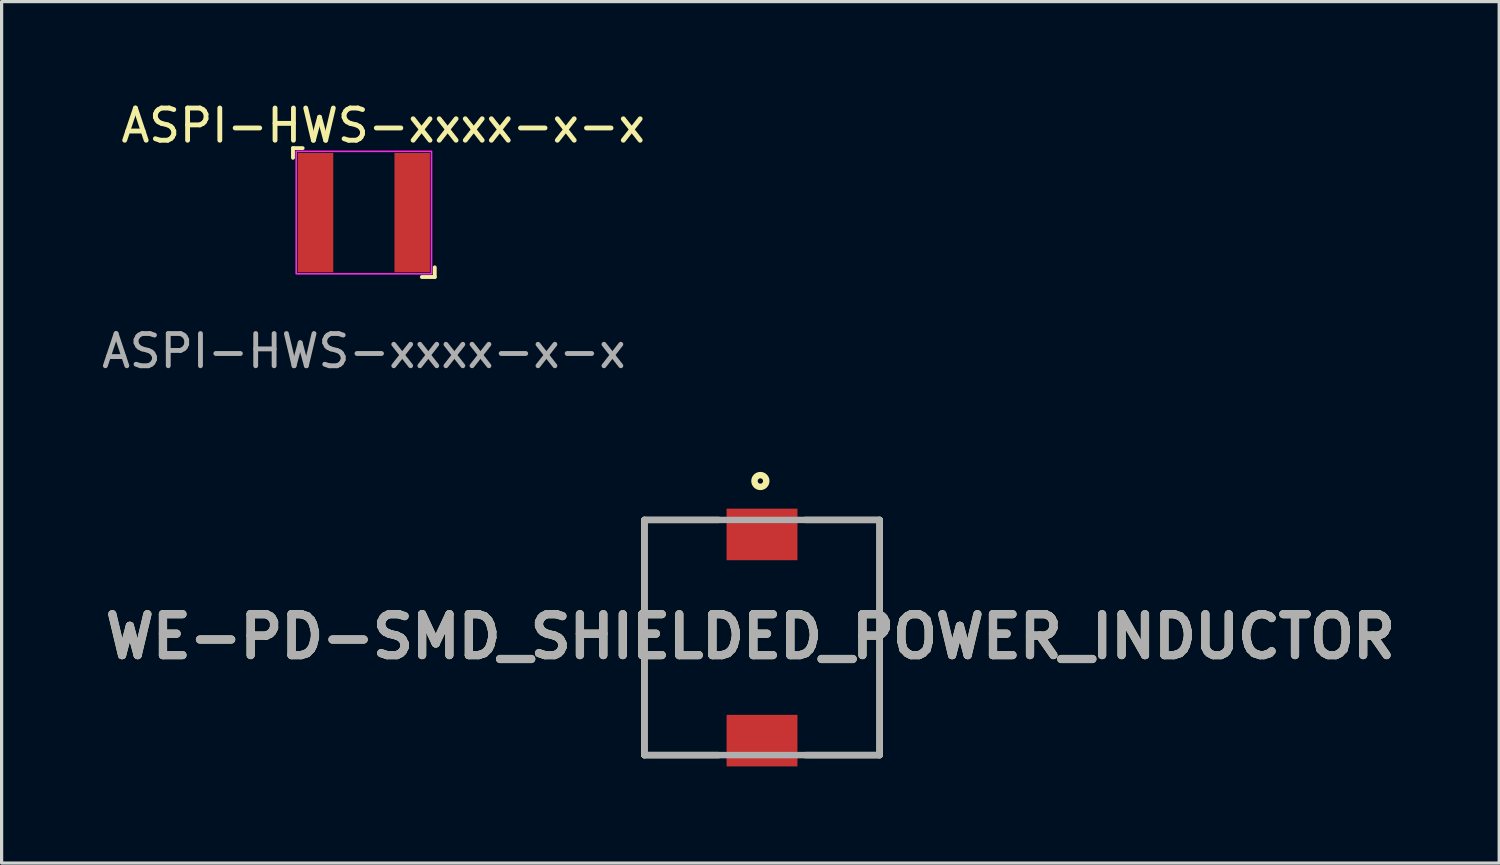
<source format=kicad_pcb>
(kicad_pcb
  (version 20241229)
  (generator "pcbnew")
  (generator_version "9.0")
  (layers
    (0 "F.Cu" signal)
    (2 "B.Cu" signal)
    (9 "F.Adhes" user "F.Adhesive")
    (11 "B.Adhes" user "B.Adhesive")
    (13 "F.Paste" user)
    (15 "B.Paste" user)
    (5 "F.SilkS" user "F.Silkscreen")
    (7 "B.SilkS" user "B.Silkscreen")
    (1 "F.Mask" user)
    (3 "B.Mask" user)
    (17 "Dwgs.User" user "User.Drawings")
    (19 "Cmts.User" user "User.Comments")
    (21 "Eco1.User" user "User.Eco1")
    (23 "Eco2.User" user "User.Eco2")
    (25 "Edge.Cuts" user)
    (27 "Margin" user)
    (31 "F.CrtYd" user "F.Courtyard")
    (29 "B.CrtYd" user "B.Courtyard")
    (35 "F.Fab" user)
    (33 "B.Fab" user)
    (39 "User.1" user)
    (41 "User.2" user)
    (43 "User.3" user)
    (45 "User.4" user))
  (footprint "WE-PD-SMD_SHIELDED_POWER_INDUCTOR"
    (layer "F.Cu")
    (at 20.602 16.738)
    (property "Reference" "WE-PD-SMD_SHIELDED_POWER_INDUCTOR" (at -0.36 -0.029 0) (layer "F.SilkS") (effects (font (size 1.27 1.27) (thickness 0.254))))
    (attr smd)
    (fp_line (start -3.65 -3.65) (end -3.65 3.65) (stroke (width 0.2) (type solid)) (layer "F.SilkS"))
    (fp_line (start -3.65 -3.65) (end -1.35 -3.65) (stroke (width 0.2) (type solid)) (layer "F.SilkS"))
    (fp_line (start -3.65 3.65) (end -1.35 3.65) (stroke (width 0.2) (type solid)) (layer "F.SilkS"))
    (fp_line (start 3.65 -3.65) (end 1.35 -3.65) (stroke (width 0.2) (type solid)) (layer "F.SilkS"))
    (fp_line (start 3.65 3.65) (end 1.35 3.65) (stroke (width 0.2) (type solid)) (layer "F.SilkS"))
    (fp_line (start 3.65 3.65) (end 3.65 -3.65) (stroke (width 0.2) (type solid)) (layer "F.SilkS"))
    (fp_circle (center -0.051 -4.858) (end -0.051 -4.775) (stroke (width 0.2) (type solid)) (fill no) (layer "F.SilkS"))
    (fp_line (start -3.65 -3.65) (end 3.65 -3.65) (stroke (width 0.2) (type solid)) (layer "F.Fab"))
    (fp_line (start -3.65 3.65) (end -3.65 -3.65) (stroke (width 0.2) (type solid)) (layer "F.Fab"))
    (fp_line (start 3.65 -3.65) (end 3.65 3.65) (stroke (width 0.2) (type solid)) (layer "F.Fab"))
    (fp_line (start 3.65 3.65) (end -3.65 3.65) (stroke (width 0.2) (type solid)) (layer "F.Fab"))
    (fp_text user "${REFERENCE}" (at -0.36 -0.029 0) (layer "F.Fab") (effects (font (size 1.27 1.27) (thickness 0.254))))
    (pad "1" smd rect (at 0 -3.2 90) (size 1.6 2.2) (layers "F.Cu" "F.Mask" "F.Paste"))
    (pad "2" smd rect (at 0 3.2 90) (size 1.6 2.2) (layers "F.Cu" "F.Mask" "F.Paste")))
  (footprint "ASPI-HWS-xxxx-x-x"
    (layer "F.Cu")
    (at 8.244 3.548)
    (property "Reference" "ASPI-HWS-xxxx-x-x" (at 0.6 -2.7 0) (unlocked yes) (layer "F.SilkS") (effects (font (size 1 1) (thickness 0.15))))
    (attr smd)
    (fp_line (start -2.2 -2) (end -1.9 -2) (stroke (width 0.12) (type solid)) (layer "F.SilkS"))
    (fp_line (start -2.2 -1.7) (end -2.2 -2) (stroke (width 0.12) (type solid)) (layer "F.SilkS"))
    (fp_line (start 1.8 2) (end 2.2 2) (stroke (width 0.12) (type solid)) (layer "F.SilkS"))
    (fp_line (start 2.2 2) (end 2.2 1.7) (stroke (width 0.12) (type solid)) (layer "F.SilkS"))
    (fp_rect (start -2.1 -1.9) (end 2.1 1.9) (stroke (width 0.05) (type solid)) (fill no) (layer "F.CrtYd"))
    (fp_text user "${REFERENCE}" (at 0 4.3 0) (unlocked yes) (layer "F.Fab") (effects (font (size 1 1) (thickness 0.15))))
    (pad "1" smd rect (at -1.5 0) (size 1.1 3.7) (layers "F.Cu" "F.Mask" "F.Paste"))
    (pad "2" smd rect (at 1.5 0) (size 1.1 3.7) (layers "F.Cu" "F.Mask" "F.Paste")))
  (gr_rect
    (start -3 -3)
    (end 43.483 23.738)
    (stroke (width 0.1) (type default))
    (fill no)
    (layer "Edge.Cuts")))
</source>
